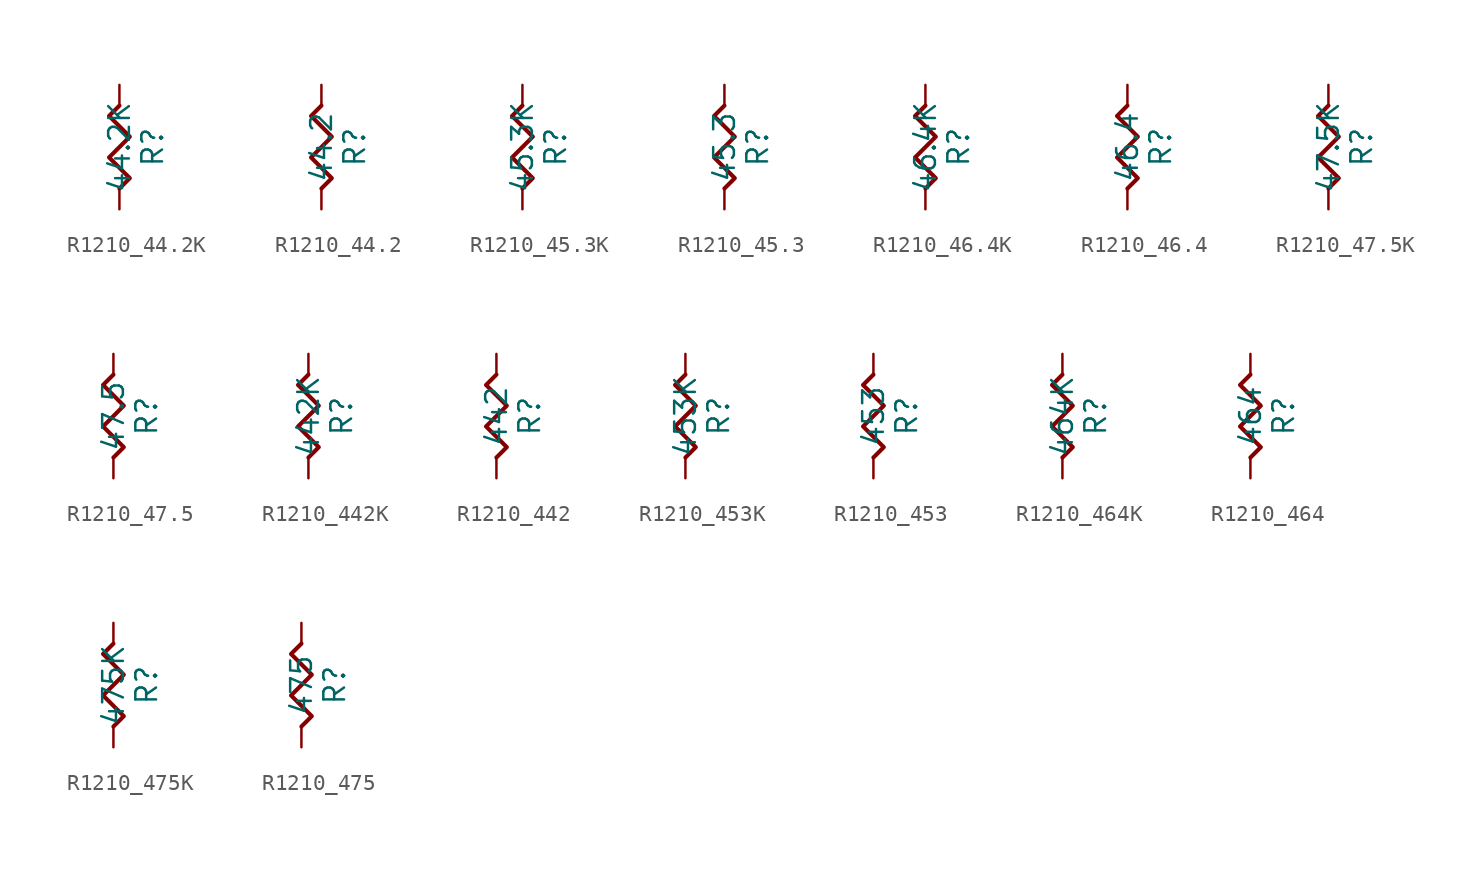
<source format=kicad_sym>
(kicad_symbol_lib
  (version 20211014)
  (generator atlantix-eda)
  (symbol "R1210_44.2K"
    (pin_numbers hide)
    (pin_names
      (offset 0))
    (property "Reference" "R"
      (at 2.032 0 90)
      (effects (font (size 1.27 1.27))))
    (property "Value" "44.2K"
      (at 0 0 90)
      (effects (font (size 1.27 1.27))))
    (symbol "R1210_44.2K_0_1"
      (polyline (pts (xy 0 -2.54) (xy 0.635 -1.905) (xy -0.635 -0.635) (xy 0.635 0.635) (xy -0.635 1.905) (xy 0 2.54)) (stroke (width 0.254) (type default) (color 0 0 0 0)) (fill (type none))))
    (symbol "R1210_44.2K_1_1"
      (pin passive line (at 0 3.81 270) (length 1.27) (name "~" (effects (font (size 1.27 1.27)))) (number "1" (effects (font (size 1.27 1.27)))))
      (pin passive line (at 0 -3.81 90) (length 1.27) (name "~" (effects (font (size 1.27 1.27)))) (number "2" (effects (font (size 1.27 1.27)))))))
  (symbol "R1210_44.2"
    (pin_numbers hide)
    (pin_names
      (offset 0))
    (property "Reference" "R"
      (at 2.032 0 90)
      (effects (font (size 1.27 1.27))))
    (property "Value" "44.2"
      (at 0 0 90)
      (effects (font (size 1.27 1.27))))
    (symbol "R1210_44.2_0_1"
      (polyline (pts (xy 0 -2.54) (xy 0.635 -1.905) (xy -0.635 -0.635) (xy 0.635 0.635) (xy -0.635 1.905) (xy 0 2.54)) (stroke (width 0.254) (type default) (color 0 0 0 0)) (fill (type none))))
    (symbol "R1210_44.2_1_1"
      (pin passive line (at 0 3.81 270) (length 1.27) (name "~" (effects (font (size 1.27 1.27)))) (number "1" (effects (font (size 1.27 1.27)))))
      (pin passive line (at 0 -3.81 90) (length 1.27) (name "~" (effects (font (size 1.27 1.27)))) (number "2" (effects (font (size 1.27 1.27)))))))
  (symbol "R1210_45.3K"
    (pin_numbers hide)
    (pin_names
      (offset 0))
    (property "Reference" "R"
      (at 2.032 0 90)
      (effects (font (size 1.27 1.27))))
    (property "Value" "45.3K"
      (at 0 0 90)
      (effects (font (size 1.27 1.27))))
    (symbol "R1210_45.3K_0_1"
      (polyline (pts (xy 0 -2.54) (xy 0.635 -1.905) (xy -0.635 -0.635) (xy 0.635 0.635) (xy -0.635 1.905) (xy 0 2.54)) (stroke (width 0.254) (type default) (color 0 0 0 0)) (fill (type none))))
    (symbol "R1210_45.3K_1_1"
      (pin passive line (at 0 3.81 270) (length 1.27) (name "~" (effects (font (size 1.27 1.27)))) (number "1" (effects (font (size 1.27 1.27)))))
      (pin passive line (at 0 -3.81 90) (length 1.27) (name "~" (effects (font (size 1.27 1.27)))) (number "2" (effects (font (size 1.27 1.27)))))))
  (symbol "R1210_45.3"
    (pin_numbers hide)
    (pin_names
      (offset 0))
    (property "Reference" "R"
      (at 2.032 0 90)
      (effects (font (size 1.27 1.27))))
    (property "Value" "45.3"
      (at 0 0 90)
      (effects (font (size 1.27 1.27))))
    (symbol "R1210_45.3_0_1"
      (polyline (pts (xy 0 -2.54) (xy 0.635 -1.905) (xy -0.635 -0.635) (xy 0.635 0.635) (xy -0.635 1.905) (xy 0 2.54)) (stroke (width 0.254) (type default) (color 0 0 0 0)) (fill (type none))))
    (symbol "R1210_45.3_1_1"
      (pin passive line (at 0 3.81 270) (length 1.27) (name "~" (effects (font (size 1.27 1.27)))) (number "1" (effects (font (size 1.27 1.27)))))
      (pin passive line (at 0 -3.81 90) (length 1.27) (name "~" (effects (font (size 1.27 1.27)))) (number "2" (effects (font (size 1.27 1.27)))))))
  (symbol "R1210_46.4K"
    (pin_numbers hide)
    (pin_names
      (offset 0))
    (property "Reference" "R"
      (at 2.032 0 90)
      (effects (font (size 1.27 1.27))))
    (property "Value" "46.4K"
      (at 0 0 90)
      (effects (font (size 1.27 1.27))))
    (symbol "R1210_46.4K_0_1"
      (polyline (pts (xy 0 -2.54) (xy 0.635 -1.905) (xy -0.635 -0.635) (xy 0.635 0.635) (xy -0.635 1.905) (xy 0 2.54)) (stroke (width 0.254) (type default) (color 0 0 0 0)) (fill (type none))))
    (symbol "R1210_46.4K_1_1"
      (pin passive line (at 0 3.81 270) (length 1.27) (name "~" (effects (font (size 1.27 1.27)))) (number "1" (effects (font (size 1.27 1.27)))))
      (pin passive line (at 0 -3.81 90) (length 1.27) (name "~" (effects (font (size 1.27 1.27)))) (number "2" (effects (font (size 1.27 1.27)))))))
  (symbol "R1210_46.4"
    (pin_numbers hide)
    (pin_names
      (offset 0))
    (property "Reference" "R"
      (at 2.032 0 90)
      (effects (font (size 1.27 1.27))))
    (property "Value" "46.4"
      (at 0 0 90)
      (effects (font (size 1.27 1.27))))
    (symbol "R1210_46.4_0_1"
      (polyline (pts (xy 0 -2.54) (xy 0.635 -1.905) (xy -0.635 -0.635) (xy 0.635 0.635) (xy -0.635 1.905) (xy 0 2.54)) (stroke (width 0.254) (type default) (color 0 0 0 0)) (fill (type none))))
    (symbol "R1210_46.4_1_1"
      (pin passive line (at 0 3.81 270) (length 1.27) (name "~" (effects (font (size 1.27 1.27)))) (number "1" (effects (font (size 1.27 1.27)))))
      (pin passive line (at 0 -3.81 90) (length 1.27) (name "~" (effects (font (size 1.27 1.27)))) (number "2" (effects (font (size 1.27 1.27)))))))
  (symbol "R1210_47.5K"
    (pin_numbers hide)
    (pin_names
      (offset 0))
    (property "Reference" "R"
      (at 2.032 0 90)
      (effects (font (size 1.27 1.27))))
    (property "Value" "47.5K"
      (at 0 0 90)
      (effects (font (size 1.27 1.27))))
    (symbol "R1210_47.5K_0_1"
      (polyline (pts (xy 0 -2.54) (xy 0.635 -1.905) (xy -0.635 -0.635) (xy 0.635 0.635) (xy -0.635 1.905) (xy 0 2.54)) (stroke (width 0.254) (type default) (color 0 0 0 0)) (fill (type none))))
    (symbol "R1210_47.5K_1_1"
      (pin passive line (at 0 3.81 270) (length 1.27) (name "~" (effects (font (size 1.27 1.27)))) (number "1" (effects (font (size 1.27 1.27)))))
      (pin passive line (at 0 -3.81 90) (length 1.27) (name "~" (effects (font (size 1.27 1.27)))) (number "2" (effects (font (size 1.27 1.27)))))))
  (symbol "R1210_47.5"
    (pin_numbers hide)
    (pin_names
      (offset 0))
    (property "Reference" "R"
      (at 2.032 0 90)
      (effects (font (size 1.27 1.27))))
    (property "Value" "47.5"
      (at 0 0 90)
      (effects (font (size 1.27 1.27))))
    (symbol "R1210_47.5_0_1"
      (polyline (pts (xy 0 -2.54) (xy 0.635 -1.905) (xy -0.635 -0.635) (xy 0.635 0.635) (xy -0.635 1.905) (xy 0 2.54)) (stroke (width 0.254) (type default) (color 0 0 0 0)) (fill (type none))))
    (symbol "R1210_47.5_1_1"
      (pin passive line (at 0 3.81 270) (length 1.27) (name "~" (effects (font (size 1.27 1.27)))) (number "1" (effects (font (size 1.27 1.27)))))
      (pin passive line (at 0 -3.81 90) (length 1.27) (name "~" (effects (font (size 1.27 1.27)))) (number "2" (effects (font (size 1.27 1.27)))))))
  (symbol "R1210_442K"
    (pin_numbers hide)
    (pin_names
      (offset 0))
    (property "Reference" "R"
      (at 2.032 0 90)
      (effects (font (size 1.27 1.27))))
    (property "Value" "442K"
      (at 0 0 90)
      (effects (font (size 1.27 1.27))))
    (symbol "R1210_442K_0_1"
      (polyline (pts (xy 0 -2.54) (xy 0.635 -1.905) (xy -0.635 -0.635) (xy 0.635 0.635) (xy -0.635 1.905) (xy 0 2.54)) (stroke (width 0.254) (type default) (color 0 0 0 0)) (fill (type none))))
    (symbol "R1210_442K_1_1"
      (pin passive line (at 0 3.81 270) (length 1.27) (name "~" (effects (font (size 1.27 1.27)))) (number "1" (effects (font (size 1.27 1.27)))))
      (pin passive line (at 0 -3.81 90) (length 1.27) (name "~" (effects (font (size 1.27 1.27)))) (number "2" (effects (font (size 1.27 1.27)))))))
  (symbol "R1210_442"
    (pin_numbers hide)
    (pin_names
      (offset 0))
    (property "Reference" "R"
      (at 2.032 0 90)
      (effects (font (size 1.27 1.27))))
    (property "Value" "442"
      (at 0 0 90)
      (effects (font (size 1.27 1.27))))
    (symbol "R1210_442_0_1"
      (polyline (pts (xy 0 -2.54) (xy 0.635 -1.905) (xy -0.635 -0.635) (xy 0.635 0.635) (xy -0.635 1.905) (xy 0 2.54)) (stroke (width 0.254) (type default) (color 0 0 0 0)) (fill (type none))))
    (symbol "R1210_442_1_1"
      (pin passive line (at 0 3.81 270) (length 1.27) (name "~" (effects (font (size 1.27 1.27)))) (number "1" (effects (font (size 1.27 1.27)))))
      (pin passive line (at 0 -3.81 90) (length 1.27) (name "~" (effects (font (size 1.27 1.27)))) (number "2" (effects (font (size 1.27 1.27)))))))
  (symbol "R1210_453K"
    (pin_numbers hide)
    (pin_names
      (offset 0))
    (property "Reference" "R"
      (at 2.032 0 90)
      (effects (font (size 1.27 1.27))))
    (property "Value" "453K"
      (at 0 0 90)
      (effects (font (size 1.27 1.27))))
    (symbol "R1210_453K_0_1"
      (polyline (pts (xy 0 -2.54) (xy 0.635 -1.905) (xy -0.635 -0.635) (xy 0.635 0.635) (xy -0.635 1.905) (xy 0 2.54)) (stroke (width 0.254) (type default) (color 0 0 0 0)) (fill (type none))))
    (symbol "R1210_453K_1_1"
      (pin passive line (at 0 3.81 270) (length 1.27) (name "~" (effects (font (size 1.27 1.27)))) (number "1" (effects (font (size 1.27 1.27)))))
      (pin passive line (at 0 -3.81 90) (length 1.27) (name "~" (effects (font (size 1.27 1.27)))) (number "2" (effects (font (size 1.27 1.27)))))))
  (symbol "R1210_453"
    (pin_numbers hide)
    (pin_names
      (offset 0))
    (property "Reference" "R"
      (at 2.032 0 90)
      (effects (font (size 1.27 1.27))))
    (property "Value" "453"
      (at 0 0 90)
      (effects (font (size 1.27 1.27))))
    (symbol "R1210_453_0_1"
      (polyline (pts (xy 0 -2.54) (xy 0.635 -1.905) (xy -0.635 -0.635) (xy 0.635 0.635) (xy -0.635 1.905) (xy 0 2.54)) (stroke (width 0.254) (type default) (color 0 0 0 0)) (fill (type none))))
    (symbol "R1210_453_1_1"
      (pin passive line (at 0 3.81 270) (length 1.27) (name "~" (effects (font (size 1.27 1.27)))) (number "1" (effects (font (size 1.27 1.27)))))
      (pin passive line (at 0 -3.81 90) (length 1.27) (name "~" (effects (font (size 1.27 1.27)))) (number "2" (effects (font (size 1.27 1.27)))))))
  (symbol "R1210_464K"
    (pin_numbers hide)
    (pin_names
      (offset 0))
    (property "Reference" "R"
      (at 2.032 0 90)
      (effects (font (size 1.27 1.27))))
    (property "Value" "464K"
      (at 0 0 90)
      (effects (font (size 1.27 1.27))))
    (symbol "R1210_464K_0_1"
      (polyline (pts (xy 0 -2.54) (xy 0.635 -1.905) (xy -0.635 -0.635) (xy 0.635 0.635) (xy -0.635 1.905) (xy 0 2.54)) (stroke (width 0.254) (type default) (color 0 0 0 0)) (fill (type none))))
    (symbol "R1210_464K_1_1"
      (pin passive line (at 0 3.81 270) (length 1.27) (name "~" (effects (font (size 1.27 1.27)))) (number "1" (effects (font (size 1.27 1.27)))))
      (pin passive line (at 0 -3.81 90) (length 1.27) (name "~" (effects (font (size 1.27 1.27)))) (number "2" (effects (font (size 1.27 1.27)))))))
  (symbol "R1210_464"
    (pin_numbers hide)
    (pin_names
      (offset 0))
    (property "Reference" "R"
      (at 2.032 0 90)
      (effects (font (size 1.27 1.27))))
    (property "Value" "464"
      (at 0 0 90)
      (effects (font (size 1.27 1.27))))
    (symbol "R1210_464_0_1"
      (polyline (pts (xy 0 -2.54) (xy 0.635 -1.905) (xy -0.635 -0.635) (xy 0.635 0.635) (xy -0.635 1.905) (xy 0 2.54)) (stroke (width 0.254) (type default) (color 0 0 0 0)) (fill (type none))))
    (symbol "R1210_464_1_1"
      (pin passive line (at 0 3.81 270) (length 1.27) (name "~" (effects (font (size 1.27 1.27)))) (number "1" (effects (font (size 1.27 1.27)))))
      (pin passive line (at 0 -3.81 90) (length 1.27) (name "~" (effects (font (size 1.27 1.27)))) (number "2" (effects (font (size 1.27 1.27)))))))
  (symbol "R1210_475K"
    (pin_numbers hide)
    (pin_names
      (offset 0))
    (property "Reference" "R"
      (at 2.032 0 90)
      (effects (font (size 1.27 1.27))))
    (property "Value" "475K"
      (at 0 0 90)
      (effects (font (size 1.27 1.27))))
    (symbol "R1210_475K_0_1"
      (polyline (pts (xy 0 -2.54) (xy 0.635 -1.905) (xy -0.635 -0.635) (xy 0.635 0.635) (xy -0.635 1.905) (xy 0 2.54)) (stroke (width 0.254) (type default) (color 0 0 0 0)) (fill (type none))))
    (symbol "R1210_475K_1_1"
      (pin passive line (at 0 3.81 270) (length 1.27) (name "~" (effects (font (size 1.27 1.27)))) (number "1" (effects (font (size 1.27 1.27)))))
      (pin passive line (at 0 -3.81 90) (length 1.27) (name "~" (effects (font (size 1.27 1.27)))) (number "2" (effects (font (size 1.27 1.27)))))))
  (symbol "R1210_475"
    (pin_numbers hide)
    (pin_names
      (offset 0))
    (property "Reference" "R"
      (at 2.032 0 90)
      (effects (font (size 1.27 1.27))))
    (property "Value" "475"
      (at 0 0 90)
      (effects (font (size 1.27 1.27))))
    (symbol "R1210_475_0_1"
      (polyline (pts (xy 0 -2.54) (xy 0.635 -1.905) (xy -0.635 -0.635) (xy 0.635 0.635) (xy -0.635 1.905) (xy 0 2.54)) (stroke (width 0.254) (type default) (color 0 0 0 0)) (fill (type none))))
    (symbol "R1210_475_1_1"
      (pin passive line (at 0 3.81 270) (length 1.27) (name "~" (effects (font (size 1.27 1.27)))) (number "1" (effects (font (size 1.27 1.27)))))
      (pin passive line (at 0 -3.81 90) (length 1.27) (name "~" (effects (font (size 1.27 1.27)))) (number "2" (effects (font (size 1.27 1.27))))))))
</source>
